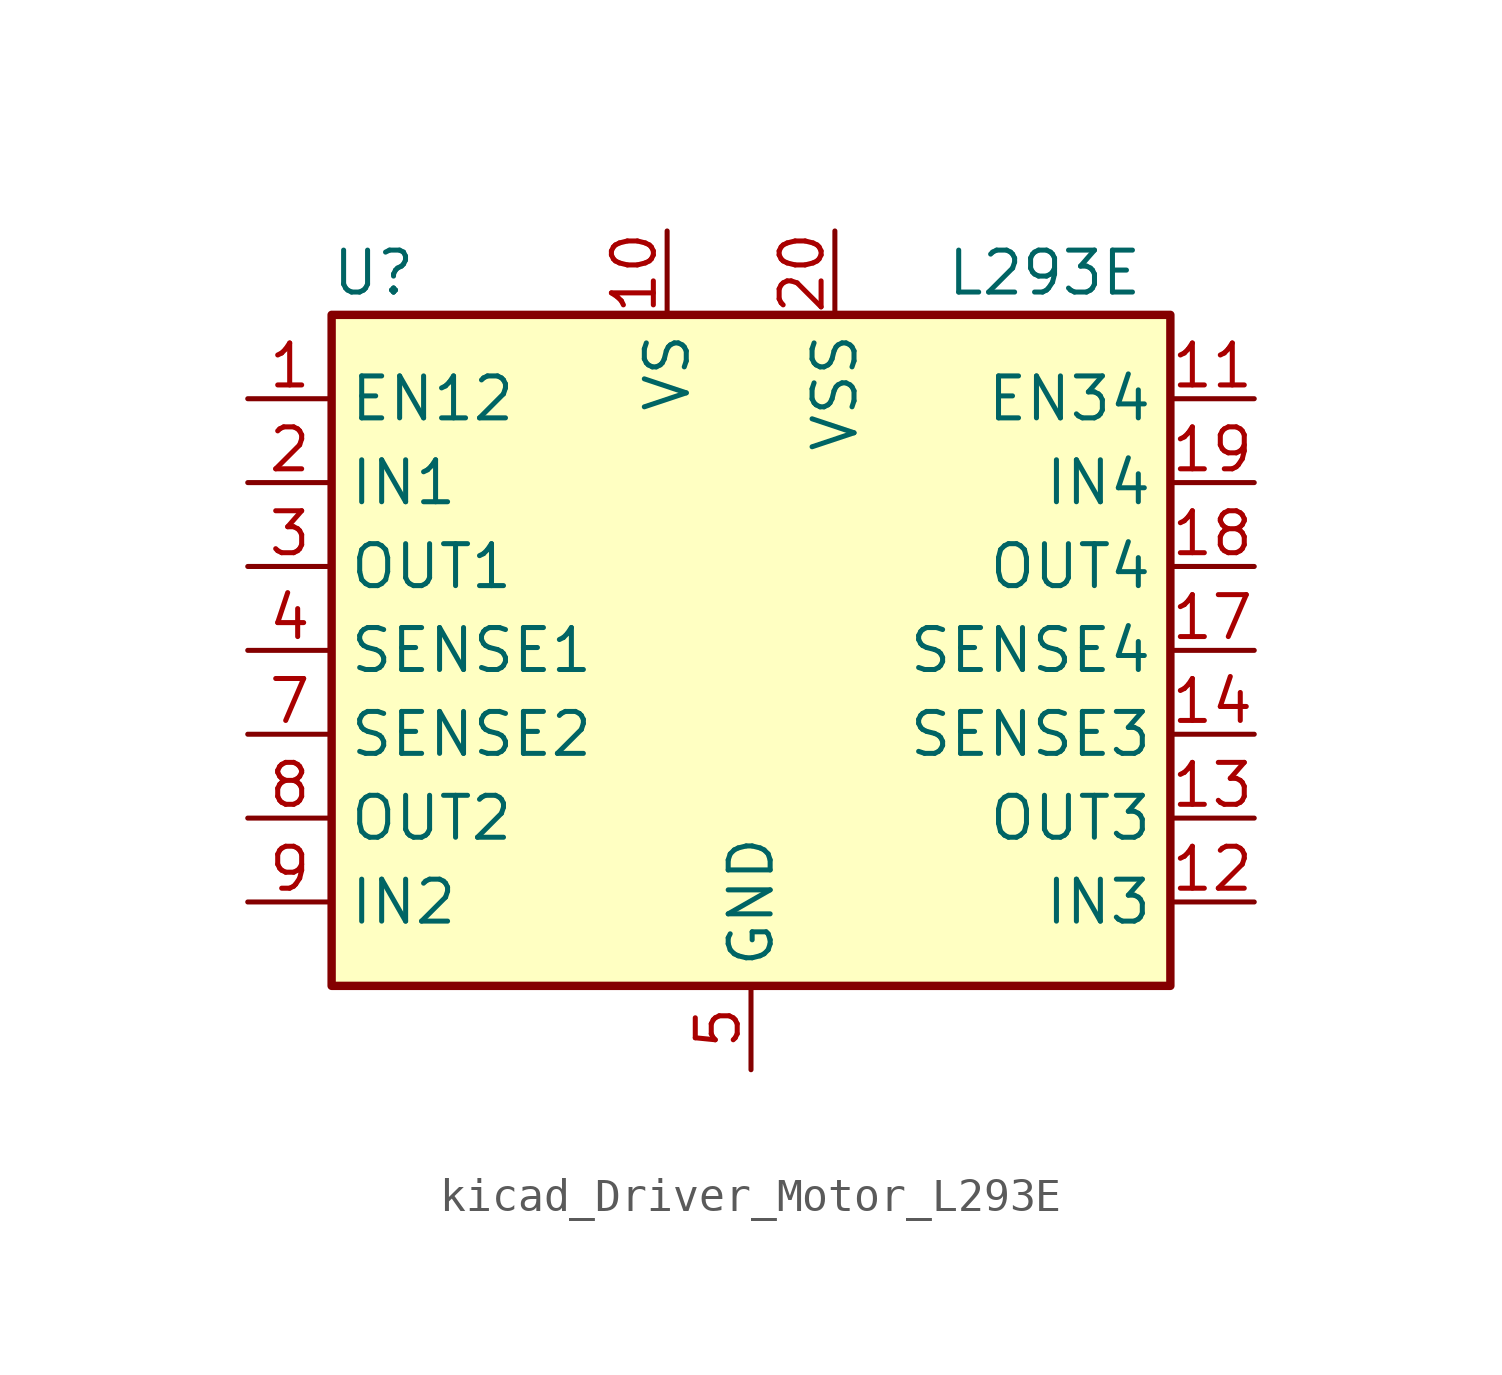
<source format=kicad_sym>
(kicad_symbol_lib
  (version 20220914)
  (generator kicad_symbol_editor)
  (symbol "kicad_Driver_Motor_L293E"
    (property "Reference" "U"
      (at -11.43 11.43 0)
      (effects (font (size 1.27 1.27))))
    (property "Value" "L293E"
      (at 8.89 11.43 0)
      (effects (font (size 1.27 1.27))))
    (symbol "kicad_Driver_Motor_L293E_0_1"
      (rectangle (start -12.7 10.16) (end 12.7 -10.16) (stroke (width 0.254) (type default)) (fill (type background))))
    (symbol "kicad_Driver_Motor_L293E_1_1"
      (pin input line (at -15.24 7.62 0) (length 2.54) (name "EN12" (effects (font (size 1.27 1.27)))) (number "1" (effects (font (size 1.27 1.27)))))
      (pin power_in line (at -2.54 12.7 270) (length 2.54) (name "VS" (effects (font (size 1.27 1.27)))) (number "10" (effects (font (size 1.27 1.27)))))
      (pin input line (at 15.24 7.62 180) (length 2.54) (name "EN34" (effects (font (size 1.27 1.27)))) (number "11" (effects (font (size 1.27 1.27)))))
      (pin input line (at 15.24 -7.62 180) (length 2.54) (name "IN3" (effects (font (size 1.27 1.27)))) (number "12" (effects (font (size 1.27 1.27)))))
      (pin output line (at 15.24 -5.08 180) (length 2.54) (name "OUT3" (effects (font (size 1.27 1.27)))) (number "13" (effects (font (size 1.27 1.27)))))
      (pin passive line (at 15.24 -2.54 180) (length 2.54) (name "SENSE3" (effects (font (size 1.27 1.27)))) (number "14" (effects (font (size 1.27 1.27)))))
      (pin passive line (at 0 -12.7 90) (length 2.54) hide (name "GND" (effects (font (size 1.27 1.27)))) (number "15" (effects (font (size 1.27 1.27)))))
      (pin passive line (at 0 -12.7 90) (length 2.54) hide (name "GND" (effects (font (size 1.27 1.27)))) (number "16" (effects (font (size 1.27 1.27)))))
      (pin passive line (at 15.24 0 180) (length 2.54) (name "SENSE4" (effects (font (size 1.27 1.27)))) (number "17" (effects (font (size 1.27 1.27)))))
      (pin output line (at 15.24 2.54 180) (length 2.54) (name "OUT4" (effects (font (size 1.27 1.27)))) (number "18" (effects (font (size 1.27 1.27)))))
      (pin input line (at 15.24 5.08 180) (length 2.54) (name "IN4" (effects (font (size 1.27 1.27)))) (number "19" (effects (font (size 1.27 1.27)))))
      (pin input line (at -15.24 5.08 0) (length 2.54) (name "IN1" (effects (font (size 1.27 1.27)))) (number "2" (effects (font (size 1.27 1.27)))))
      (pin power_in line (at 2.54 12.7 270) (length 2.54) (name "VSS" (effects (font (size 1.27 1.27)))) (number "20" (effects (font (size 1.27 1.27)))))
      (pin output line (at -15.24 2.54 0) (length 2.54) (name "OUT1" (effects (font (size 1.27 1.27)))) (number "3" (effects (font (size 1.27 1.27)))))
      (pin passive line (at -15.24 0 0) (length 2.54) (name "SENSE1" (effects (font (size 1.27 1.27)))) (number "4" (effects (font (size 1.27 1.27)))))
      (pin power_in line (at 0 -12.7 90) (length 2.54) (name "GND" (effects (font (size 1.27 1.27)))) (number "5" (effects (font (size 1.27 1.27)))))
      (pin passive line (at 0 -12.7 90) (length 2.54) hide (name "GND" (effects (font (size 1.27 1.27)))) (number "6" (effects (font (size 1.27 1.27)))))
      (pin passive line (at -15.24 -2.54 0) (length 2.54) (name "SENSE2" (effects (font (size 1.27 1.27)))) (number "7" (effects (font (size 1.27 1.27)))))
      (pin output line (at -15.24 -5.08 0) (length 2.54) (name "OUT2" (effects (font (size 1.27 1.27)))) (number "8" (effects (font (size 1.27 1.27)))))
      (pin input line (at -15.24 -7.62 0) (length 2.54) (name "IN2" (effects (font (size 1.27 1.27)))) (number "9" (effects (font (size 1.27 1.27))))))))
</source>
